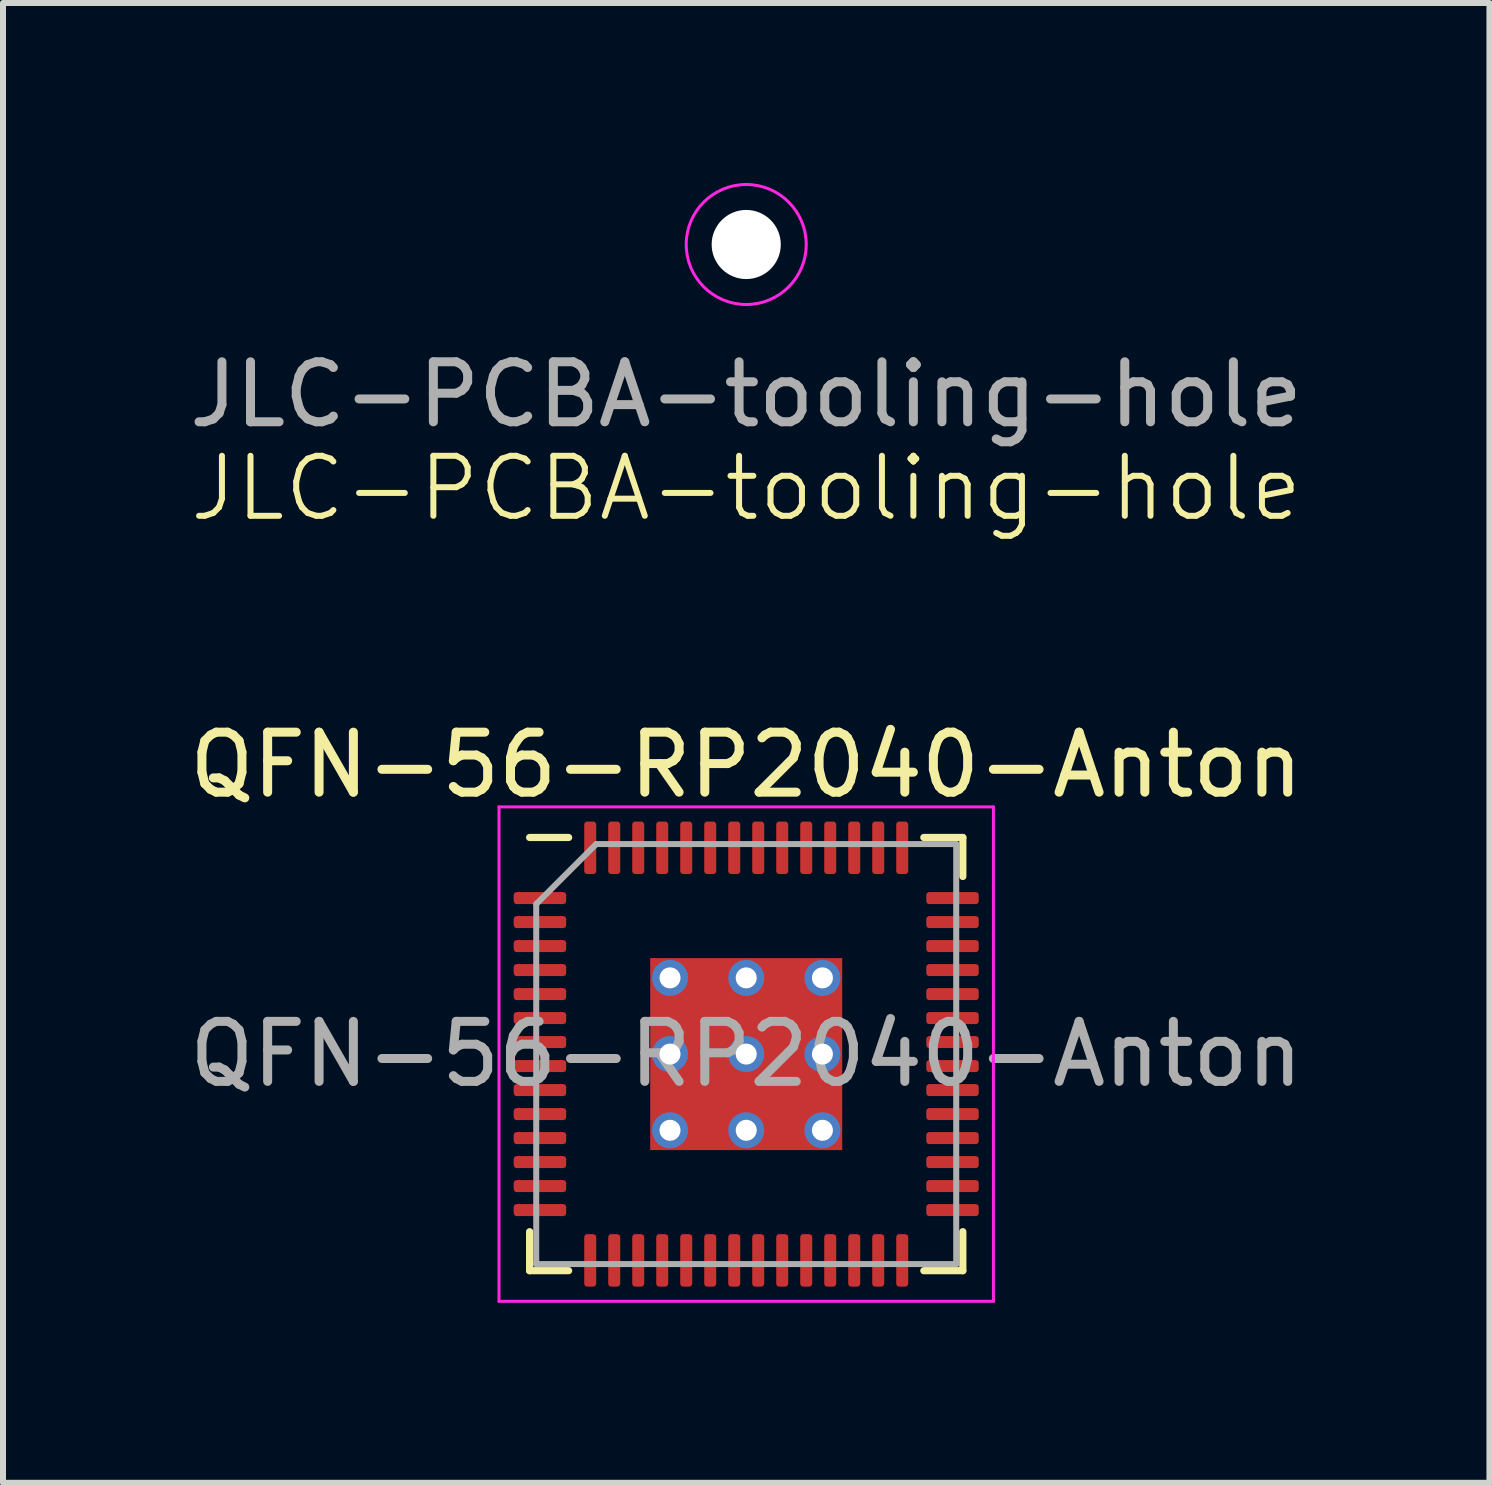
<source format=kicad_pcb>
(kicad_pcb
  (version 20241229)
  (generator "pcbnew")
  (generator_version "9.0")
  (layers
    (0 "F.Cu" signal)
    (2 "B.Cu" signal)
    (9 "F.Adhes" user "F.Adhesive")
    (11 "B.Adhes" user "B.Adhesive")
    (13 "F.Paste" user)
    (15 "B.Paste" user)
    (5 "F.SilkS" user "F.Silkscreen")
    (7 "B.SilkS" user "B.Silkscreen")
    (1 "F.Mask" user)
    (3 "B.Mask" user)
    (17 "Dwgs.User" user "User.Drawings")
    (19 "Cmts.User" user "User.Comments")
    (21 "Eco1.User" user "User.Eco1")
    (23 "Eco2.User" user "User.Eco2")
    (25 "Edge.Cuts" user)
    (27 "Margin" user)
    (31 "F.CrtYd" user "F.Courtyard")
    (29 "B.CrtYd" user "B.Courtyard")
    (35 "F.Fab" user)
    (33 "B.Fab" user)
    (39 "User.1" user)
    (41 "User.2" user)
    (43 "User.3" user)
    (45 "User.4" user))
  (footprint "QFN-56-RP2040-Anton"
    (layer "F.Cu")
    (at 9.387 14.518)
    (property "Reference" "QFN-56-RP2040-Anton" (at 0 -4.82 0) (layer "F.SilkS") (effects (font (size 1 1) (thickness 0.15))))
    (attr smd)
    (fp_line (start -3.61 3.61) (end -3.61 2.96) (stroke (width 0.12) (type solid)) (layer "F.SilkS"))
    (fp_line (start -2.96 -3.61) (end -3.61 -3.61) (stroke (width 0.12) (type solid)) (layer "F.SilkS"))
    (fp_line (start -2.96 3.61) (end -3.61 3.61) (stroke (width 0.12) (type solid)) (layer "F.SilkS"))
    (fp_line (start 2.96 -3.61) (end 3.61 -3.61) (stroke (width 0.12) (type solid)) (layer "F.SilkS"))
    (fp_line (start 2.96 3.61) (end 3.61 3.61) (stroke (width 0.12) (type solid)) (layer "F.SilkS"))
    (fp_line (start 3.61 -3.61) (end 3.61 -2.96) (stroke (width 0.12) (type solid)) (layer "F.SilkS"))
    (fp_line (start 3.61 3.61) (end 3.61 2.96) (stroke (width 0.12) (type solid)) (layer "F.SilkS"))
    (fp_line (start -4.12 -4.12) (end -4.12 4.12) (stroke (width 0.05) (type solid)) (layer "F.CrtYd"))
    (fp_line (start -4.12 4.12) (end 4.12 4.12) (stroke (width 0.05) (type solid)) (layer "F.CrtYd"))
    (fp_line (start 4.12 -4.12) (end -4.12 -4.12) (stroke (width 0.05) (type solid)) (layer "F.CrtYd"))
    (fp_line (start 4.12 4.12) (end 4.12 -4.12) (stroke (width 0.05) (type solid)) (layer "F.CrtYd"))
    (fp_line (start -3.5 -2.5) (end -2.5 -3.5) (stroke (width 0.1) (type solid)) (layer "F.Fab"))
    (fp_line (start -3.5 3.5) (end -3.5 -2.5) (stroke (width 0.1) (type solid)) (layer "F.Fab"))
    (fp_line (start -2.5 -3.5) (end 3.5 -3.5) (stroke (width 0.1) (type solid)) (layer "F.Fab"))
    (fp_line (start 3.5 -3.5) (end 3.5 3.5) (stroke (width 0.1) (type solid)) (layer "F.Fab"))
    (fp_line (start 3.5 3.5) (end -3.5 3.5) (stroke (width 0.1) (type solid)) (layer "F.Fab"))
    (fp_text user "${REFERENCE}" (at 0 0 0) (layer "F.Fab") (effects (font (size 1 1) (thickness 0.15))))
    (pad "" smd roundrect (at -0.635 -0.635) (size 1.08 1.08) (layers "F.Paste") (roundrect_rratio 0.194))
    (pad "" smd roundrect (at -0.635 0.635) (size 1.08 1.08) (layers "F.Paste") (roundrect_rratio 0.194))
    (pad "" smd roundrect (at 0.635 -0.635) (size 1.08 1.08) (layers "F.Paste") (roundrect_rratio 0.194))
    (pad "" smd roundrect (at 0.635 0.635) (size 1.08 1.08) (layers "F.Paste") (roundrect_rratio 0.194))
    (pad "1" smd roundrect (at -3.438 -2.6) (size 0.875 0.2) (layers "F.Cu" "F.Mask" "F.Paste") (roundrect_rratio 0.25))
    (pad "2" smd roundrect (at -3.438 -2.2) (size 0.875 0.2) (layers "F.Cu" "F.Mask" "F.Paste") (roundrect_rratio 0.25))
    (pad "3" smd roundrect (at -3.438 -1.8) (size 0.875 0.2) (layers "F.Cu" "F.Mask" "F.Paste") (roundrect_rratio 0.25))
    (pad "4" smd roundrect (at -3.438 -1.4) (size 0.875 0.2) (layers "F.Cu" "F.Mask" "F.Paste") (roundrect_rratio 0.25))
    (pad "5" smd roundrect (at -3.438 -1) (size 0.875 0.2) (layers "F.Cu" "F.Mask" "F.Paste") (roundrect_rratio 0.25))
    (pad "6" smd roundrect (at -3.438 -0.6) (size 0.875 0.2) (layers "F.Cu" "F.Mask" "F.Paste") (roundrect_rratio 0.25))
    (pad "7" smd roundrect (at -3.438 -0.2) (size 0.875 0.2) (layers "F.Cu" "F.Mask" "F.Paste") (roundrect_rratio 0.25))
    (pad "8" smd roundrect (at -3.438 0.2) (size 0.875 0.2) (layers "F.Cu" "F.Mask" "F.Paste") (roundrect_rratio 0.25))
    (pad "9" smd roundrect (at -3.438 0.6) (size 0.875 0.2) (layers "F.Cu" "F.Mask" "F.Paste") (roundrect_rratio 0.25))
    (pad "10" smd roundrect (at -3.438 1) (size 0.875 0.2) (layers "F.Cu" "F.Mask" "F.Paste") (roundrect_rratio 0.25))
    (pad "11" smd roundrect (at -3.438 1.4) (size 0.875 0.2) (layers "F.Cu" "F.Mask" "F.Paste") (roundrect_rratio 0.25))
    (pad "12" smd roundrect (at -3.438 1.8) (size 0.875 0.2) (layers "F.Cu" "F.Mask" "F.Paste") (roundrect_rratio 0.25))
    (pad "13" smd roundrect (at -3.438 2.2) (size 0.875 0.2) (layers "F.Cu" "F.Mask" "F.Paste") (roundrect_rratio 0.25))
    (pad "14" smd roundrect (at -3.438 2.6) (size 0.875 0.2) (layers "F.Cu" "F.Mask" "F.Paste") (roundrect_rratio 0.25))
    (pad "15" smd roundrect (at -2.6 3.438) (size 0.2 0.875) (layers "F.Cu" "F.Mask" "F.Paste") (roundrect_rratio 0.25))
    (pad "16" smd roundrect (at -2.2 3.438) (size 0.2 0.875) (layers "F.Cu" "F.Mask" "F.Paste") (roundrect_rratio 0.25))
    (pad "17" smd roundrect (at -1.8 3.438) (size 0.2 0.875) (layers "F.Cu" "F.Mask" "F.Paste") (roundrect_rratio 0.25))
    (pad "18" smd roundrect (at -1.4 3.438) (size 0.2 0.875) (layers "F.Cu" "F.Mask" "F.Paste") (roundrect_rratio 0.25))
    (pad "19" smd roundrect (at -1 3.438) (size 0.2 0.875) (layers "F.Cu" "F.Mask" "F.Paste") (roundrect_rratio 0.25))
    (pad "20" smd roundrect (at -0.6 3.438) (size 0.2 0.875) (layers "F.Cu" "F.Mask" "F.Paste") (roundrect_rratio 0.25))
    (pad "21" smd roundrect (at -0.2 3.438) (size 0.2 0.875) (layers "F.Cu" "F.Mask" "F.Paste") (roundrect_rratio 0.25))
    (pad "22" smd roundrect (at 0.2 3.438) (size 0.2 0.875) (layers "F.Cu" "F.Mask" "F.Paste") (roundrect_rratio 0.25))
    (pad "23" smd roundrect (at 0.6 3.438) (size 0.2 0.875) (layers "F.Cu" "F.Mask" "F.Paste") (roundrect_rratio 0.25))
    (pad "24" smd roundrect (at 1 3.438) (size 0.2 0.875) (layers "F.Cu" "F.Mask" "F.Paste") (roundrect_rratio 0.25))
    (pad "25" smd roundrect (at 1.4 3.438) (size 0.2 0.875) (layers "F.Cu" "F.Mask" "F.Paste") (roundrect_rratio 0.25))
    (pad "26" smd roundrect (at 1.8 3.438) (size 0.2 0.875) (layers "F.Cu" "F.Mask" "F.Paste") (roundrect_rratio 0.25))
    (pad "27" smd roundrect (at 2.2 3.438) (size 0.2 0.875) (layers "F.Cu" "F.Mask" "F.Paste") (roundrect_rratio 0.25))
    (pad "28" smd roundrect (at 2.6 3.438) (size 0.2 0.875) (layers "F.Cu" "F.Mask" "F.Paste") (roundrect_rratio 0.25))
    (pad "29" smd roundrect (at 3.438 2.6) (size 0.875 0.2) (layers "F.Cu" "F.Mask" "F.Paste") (roundrect_rratio 0.25))
    (pad "30" smd roundrect (at 3.438 2.2) (size 0.875 0.2) (layers "F.Cu" "F.Mask" "F.Paste") (roundrect_rratio 0.25))
    (pad "31" smd roundrect (at 3.438 1.8) (size 0.875 0.2) (layers "F.Cu" "F.Mask" "F.Paste") (roundrect_rratio 0.25))
    (pad "32" smd roundrect (at 3.438 1.4) (size 0.875 0.2) (layers "F.Cu" "F.Mask" "F.Paste") (roundrect_rratio 0.25))
    (pad "33" smd roundrect (at 3.438 1) (size 0.875 0.2) (layers "F.Cu" "F.Mask" "F.Paste") (roundrect_rratio 0.25))
    (pad "34" smd roundrect (at 3.438 0.6) (size 0.875 0.2) (layers "F.Cu" "F.Mask" "F.Paste") (roundrect_rratio 0.25))
    (pad "35" smd roundrect (at 3.438 0.2) (size 0.875 0.2) (layers "F.Cu" "F.Mask" "F.Paste") (roundrect_rratio 0.25))
    (pad "36" smd roundrect (at 3.438 -0.2) (size 0.875 0.2) (layers "F.Cu" "F.Mask" "F.Paste") (roundrect_rratio 0.25))
    (pad "37" smd roundrect (at 3.438 -0.6) (size 0.875 0.2) (layers "F.Cu" "F.Mask" "F.Paste") (roundrect_rratio 0.25))
    (pad "38" smd roundrect (at 3.438 -1) (size 0.875 0.2) (layers "F.Cu" "F.Mask" "F.Paste") (roundrect_rratio 0.25))
    (pad "39" smd roundrect (at 3.438 -1.4) (size 0.875 0.2) (layers "F.Cu" "F.Mask" "F.Paste") (roundrect_rratio 0.25))
    (pad "40" smd roundrect (at 3.438 -1.8) (size 0.875 0.2) (layers "F.Cu" "F.Mask" "F.Paste") (roundrect_rratio 0.25))
    (pad "41" smd roundrect (at 3.438 -2.2) (size 0.875 0.2) (layers "F.Cu" "F.Mask" "F.Paste") (roundrect_rratio 0.25))
    (pad "42" smd roundrect (at 3.438 -2.6) (size 0.875 0.2) (layers "F.Cu" "F.Mask" "F.Paste") (roundrect_rratio 0.25))
    (pad "43" smd roundrect (at 2.6 -3.438) (size 0.2 0.875) (layers "F.Cu" "F.Mask" "F.Paste") (roundrect_rratio 0.25))
    (pad "44" smd roundrect (at 2.2 -3.438) (size 0.2 0.875) (layers "F.Cu" "F.Mask" "F.Paste") (roundrect_rratio 0.25))
    (pad "45" smd roundrect (at 1.8 -3.438) (size 0.2 0.875) (layers "F.Cu" "F.Mask" "F.Paste") (roundrect_rratio 0.25))
    (pad "46" smd roundrect (at 1.4 -3.438) (size 0.2 0.875) (layers "F.Cu" "F.Mask" "F.Paste") (roundrect_rratio 0.25))
    (pad "47" smd roundrect (at 1 -3.438) (size 0.2 0.875) (layers "F.Cu" "F.Mask" "F.Paste") (roundrect_rratio 0.25))
    (pad "48" smd roundrect (at 0.6 -3.438) (size 0.2 0.875) (layers "F.Cu" "F.Mask" "F.Paste") (roundrect_rratio 0.25))
    (pad "49" smd roundrect (at 0.2 -3.438) (size 0.2 0.875) (layers "F.Cu" "F.Mask" "F.Paste") (roundrect_rratio 0.25))
    (pad "50" smd roundrect (at -0.2 -3.438) (size 0.2 0.875) (layers "F.Cu" "F.Mask" "F.Paste") (roundrect_rratio 0.25))
    (pad "51" smd roundrect (at -0.6 -3.438) (size 0.2 0.875) (layers "F.Cu" "F.Mask" "F.Paste") (roundrect_rratio 0.25))
    (pad "52" smd roundrect (at -1 -3.438) (size 0.2 0.875) (layers "F.Cu" "F.Mask" "F.Paste") (roundrect_rratio 0.25))
    (pad "53" smd roundrect (at -1.4 -3.438) (size 0.2 0.875) (layers "F.Cu" "F.Mask" "F.Paste") (roundrect_rratio 0.25))
    (pad "54" smd roundrect (at -1.8 -3.438) (size 0.2 0.875) (layers "F.Cu" "F.Mask" "F.Paste") (roundrect_rratio 0.25))
    (pad "55" smd roundrect (at -2.2 -3.438) (size 0.2 0.875) (layers "F.Cu" "F.Mask" "F.Paste") (roundrect_rratio 0.25))
    (pad "56" smd roundrect (at -2.6 -3.438) (size 0.2 0.875) (layers "F.Cu" "F.Mask" "F.Paste") (roundrect_rratio 0.25))
    (pad "57" thru_hole circle (at -1.27 -1.27) (size 0.6 0.6) (drill 0.35) (layers "*.Cu" "*.Mask"))
    (pad "57" thru_hole circle (at -1.27 0) (size 0.6 0.6) (drill 0.35) (layers "*.Cu" "*.Mask"))
    (pad "57" thru_hole circle (at -1.27 1.27) (size 0.6 0.6) (drill 0.35) (layers "*.Cu" "*.Mask"))
    (pad "57" thru_hole circle (at 0 -1.27) (size 0.6 0.6) (drill 0.35) (layers "*.Cu" "*.Mask"))
    (pad "57" thru_hole circle (at 0 0) (size 0.6 0.6) (drill 0.35) (layers "*.Cu" "*.Mask"))
    (pad "57" smd rect (at 0 0) (size 3.2 3.2) (layers "F.Cu" "F.Mask"))
    (pad "57" thru_hole circle (at 0 1.27) (size 0.6 0.6) (drill 0.35) (layers "*.Cu" "*.Mask"))
    (pad "57" thru_hole circle (at 1.27 -1.27) (size 0.6 0.6) (drill 0.35) (layers "*.Cu" "*.Mask"))
    (pad "57" thru_hole circle (at 1.27 0) (size 0.6 0.6) (drill 0.35) (layers "*.Cu" "*.Mask"))
    (pad "57" thru_hole circle (at 1.27 1.27) (size 0.6 0.6) (drill 0.35) (layers "*.Cu" "*.Mask")))
  (footprint "JLC-PCBA-tooling-hole"
    (layer "F.Cu")
    (at 9.387 1.025)
    (property "Reference" "JLC-PCBA-tooling-hole" (at 0 4.064 0) (unlocked yes) (layer "F.SilkS") (effects (font (size 1 1) (thickness 0.1))))
    (attr through_hole exclude_from_pos_files exclude_from_bom)
    (fp_circle (center 0 0) (end 1 0) (stroke (width 0.05) (type default)) (fill no) (layer "F.CrtYd"))
    (fp_text user "${REFERENCE}" (at 0 2.5 0) (unlocked yes) (layer "F.Fab") (effects (font (size 1 1) (thickness 0.15))))
    (pad "" np_thru_hole circle (at 0 0) (size 1.152 1.152) (drill 1.152) (layers "*.Cu" "*.Mask")))
  (gr_rect
    (start -3 -3)
    (end 21.774 21.663)
    (stroke (width 0.1) (type default))
    (fill no)
    (layer "Edge.Cuts")))
</source>
